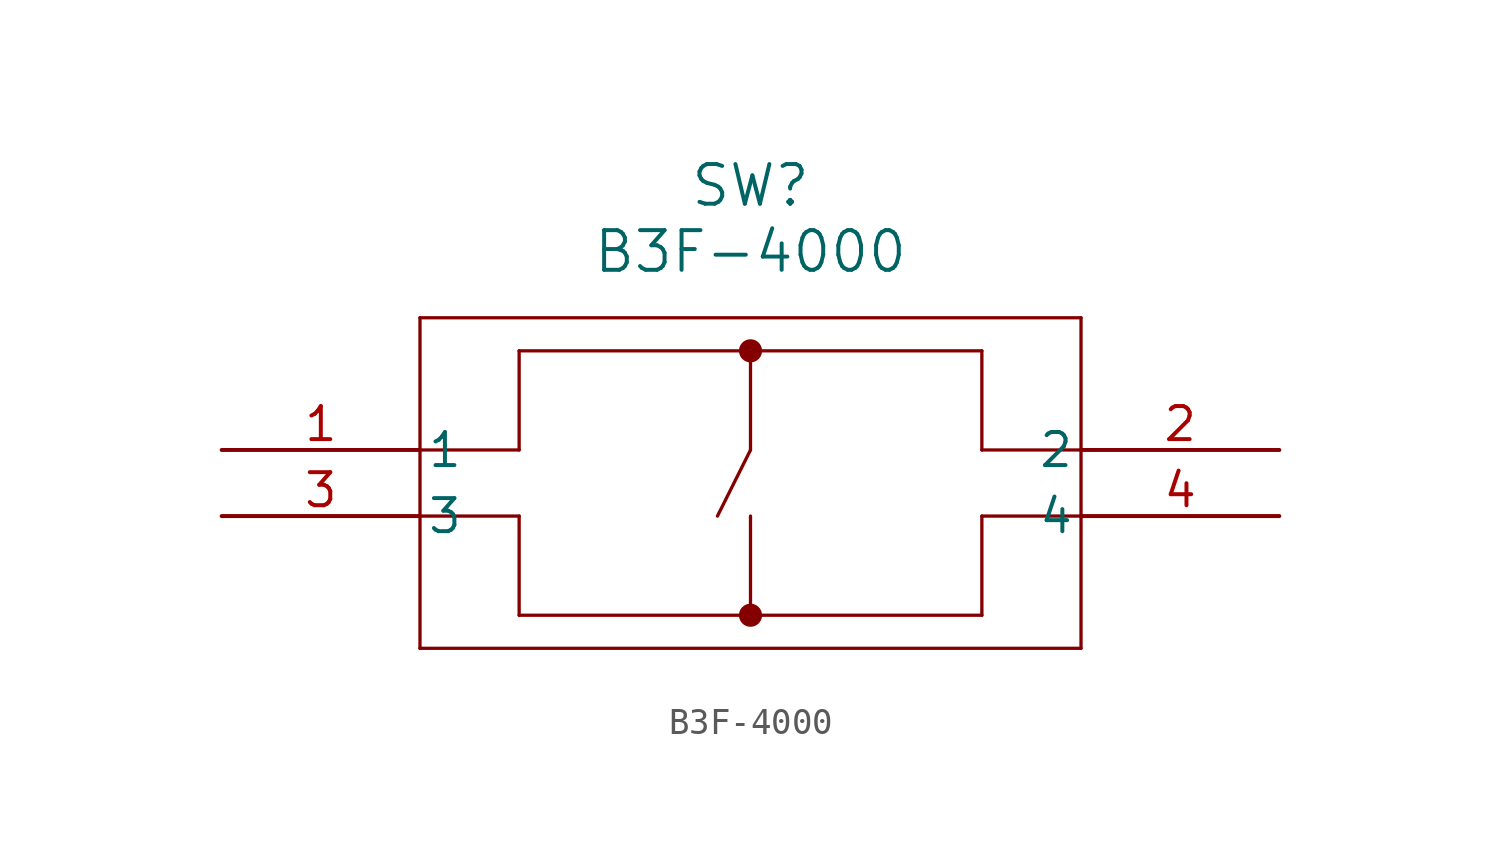
<source format=kicad_sym>
(kicad_symbol_lib
  (version 20211014)
  (generator kicad_symbol_editor)
  (symbol "B3F-4000"
    (pin_names
      (offset 0.254))
    (property "Reference" "SW"
      (at 20.32 10.16 0)
      (effects (font (size 1.524 1.524))))
    (property "Value" "B3F-4000"
      (at 20.32 7.62 0)
      (effects (font (size 1.524 1.524))))
    (symbol "B3F-4000_0_1"
      (polyline (pts (xy 7.62 5.08) (xy 7.62 -7.62)) (stroke (width 0.127) (type default) (color 0 0 0 0)) (fill (type none)))
      (polyline (pts (xy 7.62 -7.62) (xy 33.02 -7.62)) (stroke (width 0.127) (type default) (color 0 0 0 0)) (fill (type none)))
      (polyline (pts (xy 33.02 -7.62) (xy 33.02 5.08)) (stroke (width 0.127) (type default) (color 0 0 0 0)) (fill (type none)))
      (polyline (pts (xy 33.02 5.08) (xy 7.62 5.08)) (stroke (width 0.127) (type default) (color 0 0 0 0)) (fill (type none)))
      (polyline (pts (xy 7.62 0) (xy 11.43 0)) (stroke (width 0.127) (type default) (color 0 0 0 0)) (fill (type none)))
      (polyline (pts (xy 7.62 -2.54) (xy 11.43 -2.54)) (stroke (width 0.127) (type default) (color 0 0 0 0)) (fill (type none)))
      (polyline (pts (xy 33.02 0) (xy 29.21 0)) (stroke (width 0.127) (type default) (color 0 0 0 0)) (fill (type none)))
      (polyline (pts (xy 29.21 -2.54) (xy 33.02 -2.54)) (stroke (width 0.127) (type default) (color 0 0 0 0)) (fill (type none)))
      (polyline (pts (xy 29.21 0) (xy 29.21 3.81)) (stroke (width 0.127) (type default) (color 0 0 0 0)) (fill (type none)))
      (polyline (pts (xy 29.21 3.81) (xy 11.43 3.81)) (stroke (width 0.127) (type default) (color 0 0 0 0)) (fill (type none)))
      (polyline (pts (xy 11.43 0) (xy 11.43 3.81)) (stroke (width 0.127) (type default) (color 0 0 0 0)) (fill (type none)))
      (polyline (pts (xy 11.43 -2.54) (xy 11.43 -6.35)) (stroke (width 0.127) (type default) (color 0 0 0 0)) (fill (type none)))
      (polyline (pts (xy 11.43 -6.35) (xy 29.21 -6.35)) (stroke (width 0.127) (type default) (color 0 0 0 0)) (fill (type none)))
      (polyline (pts (xy 29.21 -6.35) (xy 29.21 -2.54)) (stroke (width 0.127) (type default) (color 0 0 0 0)) (fill (type none)))
      (circle (center 20.32 3.81) (radius 0.254) (stroke (width 0.381) (type default) (color 0 0 0 0)) (fill (type none)))
      (circle (center 20.32 -6.35) (radius 0.254) (stroke (width 0.381) (type default) (color 0 0 0 0)) (fill (type none)))
      (polyline (pts (xy 20.32 3.81) (xy 20.32 0)) (stroke (width 0.127) (type default) (color 0 0 0 0)) (fill (type none)))
      (polyline (pts (xy 20.32 -2.54) (xy 20.32 -6.35)) (stroke (width 0.127) (type default) (color 0 0 0 0)) (fill (type none)))
      (polyline (pts (xy 20.32 0) (xy 19.05 -2.54)) (stroke (width 0.127) (type default) (color 0 0 0 0)) (fill (type none)))
      (pin unspecified line (at 0 0 0) (length 7.62) (name "1" (effects (font (size 1.27 1.27)))) (number "1" (effects (font (size 1.27 1.27)))))
      (pin unspecified line (at 40.64 0 180) (length 7.62) (name "2" (effects (font (size 1.27 1.27)))) (number "2" (effects (font (size 1.27 1.27)))))
      (pin unspecified line (at 0 -2.54 0) (length 7.62) (name "3" (effects (font (size 1.27 1.27)))) (number "3" (effects (font (size 1.27 1.27)))))
      (pin unspecified line (at 40.64 -2.54 180) (length 7.62) (name "4" (effects (font (size 1.27 1.27)))) (number "4" (effects (font (size 1.27 1.27))))))))
</source>
